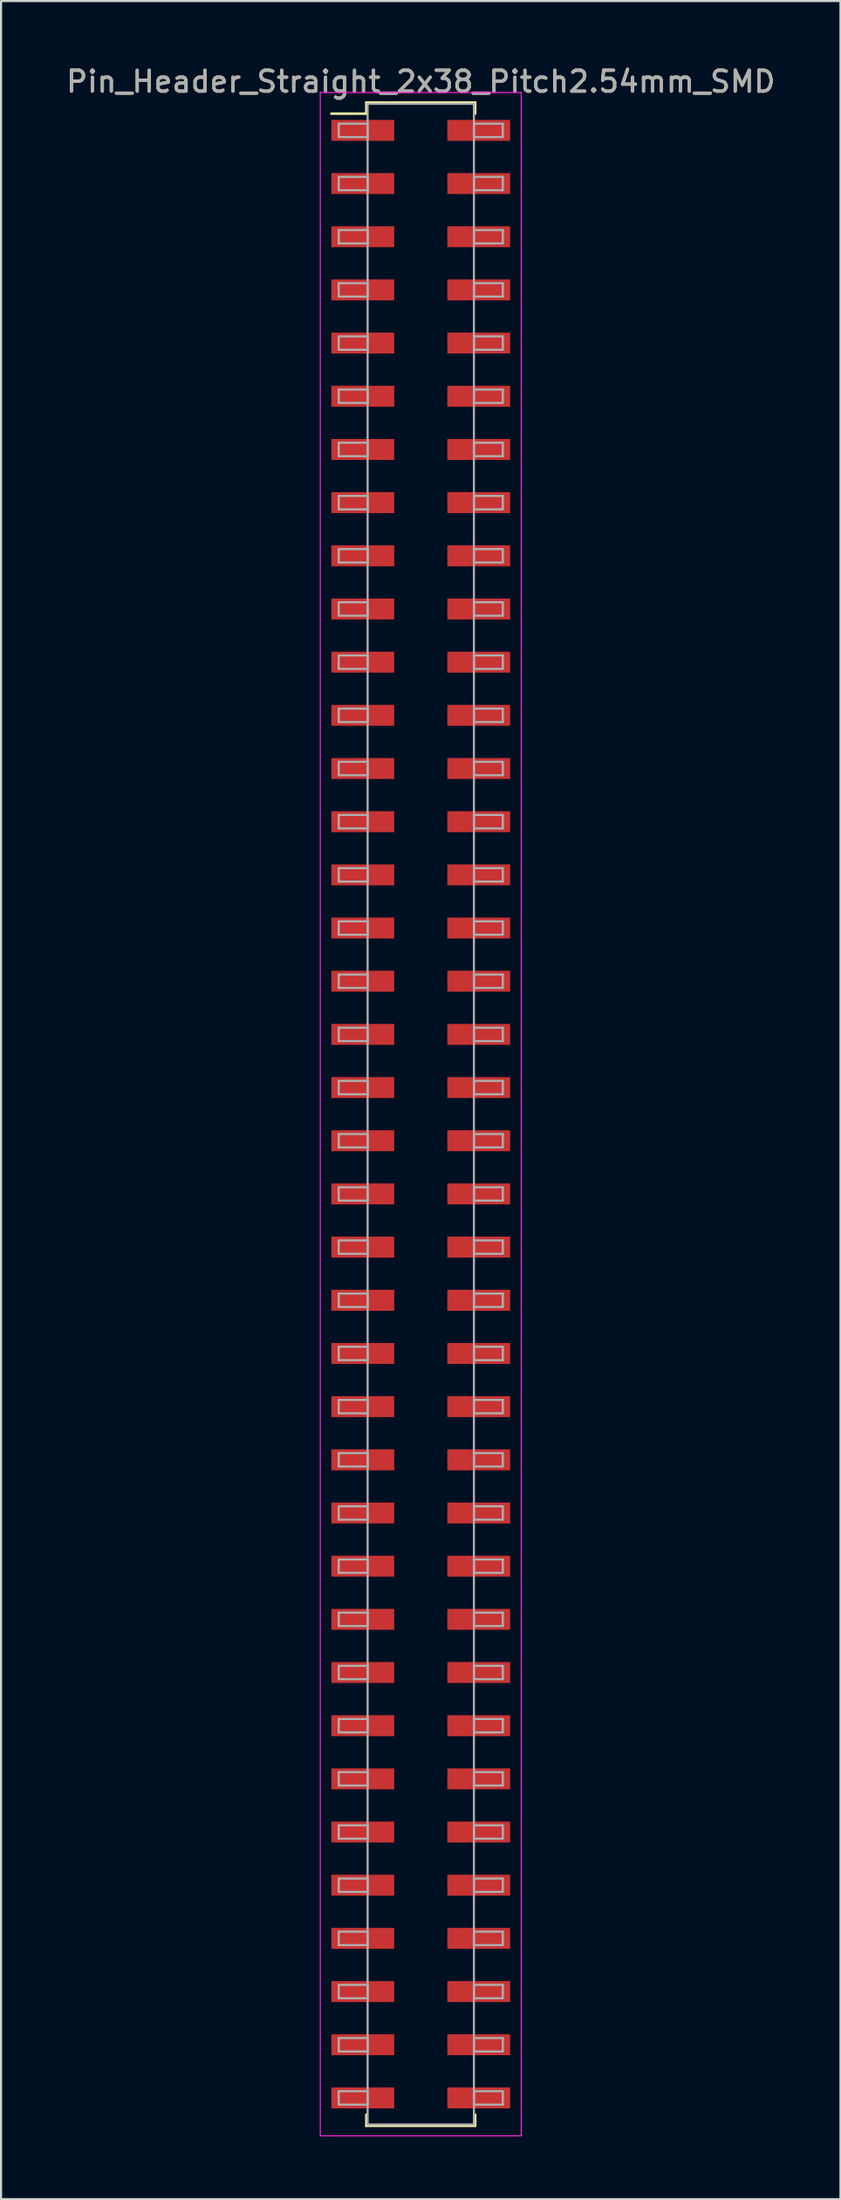
<source format=kicad_pcb>
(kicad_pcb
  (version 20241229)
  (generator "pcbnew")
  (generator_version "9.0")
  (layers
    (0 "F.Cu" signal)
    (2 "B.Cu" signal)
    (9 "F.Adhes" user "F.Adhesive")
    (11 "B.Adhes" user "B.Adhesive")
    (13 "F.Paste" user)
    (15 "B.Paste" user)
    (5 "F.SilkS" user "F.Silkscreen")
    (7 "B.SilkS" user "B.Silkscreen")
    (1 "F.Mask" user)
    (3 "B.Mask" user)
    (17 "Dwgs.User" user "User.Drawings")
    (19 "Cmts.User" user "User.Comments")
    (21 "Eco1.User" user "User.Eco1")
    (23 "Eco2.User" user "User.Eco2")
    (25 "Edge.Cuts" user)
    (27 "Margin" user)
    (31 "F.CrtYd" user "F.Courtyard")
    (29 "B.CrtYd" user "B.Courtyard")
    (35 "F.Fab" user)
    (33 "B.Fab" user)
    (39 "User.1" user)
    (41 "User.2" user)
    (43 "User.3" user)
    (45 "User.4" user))
  (footprint "Pin_Header_Straight_2x38_Pitch2.54mm_SMD"
    (layer "F.Cu")
    (at 17.054 50.168)
    (property "Reference" "Pin_Header_Straight_2x38_Pitch2.54mm_SMD" (at 0 -49.32 0) (layer "F.SilkS") (effects (font (size 1 1) (thickness 0.15))))
    (attr smd)
    (fp_line (start -4.27 -47.79) (end -2.6 -47.79) (stroke (width 0.12) (type solid)) (layer "F.SilkS"))
    (fp_line (start -2.6 -48.32) (end 2.6 -48.32) (stroke (width 0.12) (type solid)) (layer "F.SilkS"))
    (fp_line (start -2.6 -47.79) (end -2.6 -48.32) (stroke (width 0.12) (type solid)) (layer "F.SilkS"))
    (fp_line (start -2.6 47.79) (end -2.6 48.32) (stroke (width 0.12) (type solid)) (layer "F.SilkS"))
    (fp_line (start -2.6 48.32) (end 2.6 48.32) (stroke (width 0.12) (type solid)) (layer "F.SilkS"))
    (fp_line (start 2.6 -48.32) (end 2.6 -47.79) (stroke (width 0.12) (type solid)) (layer "F.SilkS"))
    (fp_line (start 2.6 48.32) (end 2.6 47.79) (stroke (width 0.12) (type solid)) (layer "F.SilkS"))
    (fp_line (start -4.8 -48.8) (end -4.8 48.8) (stroke (width 0.05) (type solid)) (layer "F.CrtYd"))
    (fp_line (start -4.8 48.8) (end 4.8 48.8) (stroke (width 0.05) (type solid)) (layer "F.CrtYd"))
    (fp_line (start 4.8 -48.8) (end -4.8 -48.8) (stroke (width 0.05) (type solid)) (layer "F.CrtYd"))
    (fp_line (start 4.8 48.8) (end 4.8 -48.8) (stroke (width 0.05) (type solid)) (layer "F.CrtYd"))
    (fp_line (start -3.92 -47.31) (end -2.54 -47.31) (stroke (width 0.1) (type solid)) (layer "F.Fab"))
    (fp_line (start -3.92 -46.67) (end -3.92 -47.31) (stroke (width 0.1) (type solid)) (layer "F.Fab"))
    (fp_line (start -3.92 -44.77) (end -2.54 -44.77) (stroke (width 0.1) (type solid)) (layer "F.Fab"))
    (fp_line (start -3.92 -44.13) (end -3.92 -44.77) (stroke (width 0.1) (type solid)) (layer "F.Fab"))
    (fp_line (start -3.92 -42.23) (end -2.54 -42.23) (stroke (width 0.1) (type solid)) (layer "F.Fab"))
    (fp_line (start -3.92 -41.59) (end -3.92 -42.23) (stroke (width 0.1) (type solid)) (layer "F.Fab"))
    (fp_line (start -3.92 -39.69) (end -2.54 -39.69) (stroke (width 0.1) (type solid)) (layer "F.Fab"))
    (fp_line (start -3.92 -39.05) (end -3.92 -39.69) (stroke (width 0.1) (type solid)) (layer "F.Fab"))
    (fp_line (start -3.92 -37.15) (end -2.54 -37.15) (stroke (width 0.1) (type solid)) (layer "F.Fab"))
    (fp_line (start -3.92 -36.51) (end -3.92 -37.15) (stroke (width 0.1) (type solid)) (layer "F.Fab"))
    (fp_line (start -3.92 -34.61) (end -2.54 -34.61) (stroke (width 0.1) (type solid)) (layer "F.Fab"))
    (fp_line (start -3.92 -33.97) (end -3.92 -34.61) (stroke (width 0.1) (type solid)) (layer "F.Fab"))
    (fp_line (start -3.92 -32.07) (end -2.54 -32.07) (stroke (width 0.1) (type solid)) (layer "F.Fab"))
    (fp_line (start -3.92 -31.43) (end -3.92 -32.07) (stroke (width 0.1) (type solid)) (layer "F.Fab"))
    (fp_line (start -3.92 -29.53) (end -2.54 -29.53) (stroke (width 0.1) (type solid)) (layer "F.Fab"))
    (fp_line (start -3.92 -28.89) (end -3.92 -29.53) (stroke (width 0.1) (type solid)) (layer "F.Fab"))
    (fp_line (start -3.92 -26.99) (end -2.54 -26.99) (stroke (width 0.1) (type solid)) (layer "F.Fab"))
    (fp_line (start -3.92 -26.35) (end -3.92 -26.99) (stroke (width 0.1) (type solid)) (layer "F.Fab"))
    (fp_line (start -3.92 -24.45) (end -2.54 -24.45) (stroke (width 0.1) (type solid)) (layer "F.Fab"))
    (fp_line (start -3.92 -23.81) (end -3.92 -24.45) (stroke (width 0.1) (type solid)) (layer "F.Fab"))
    (fp_line (start -3.92 -21.91) (end -2.54 -21.91) (stroke (width 0.1) (type solid)) (layer "F.Fab"))
    (fp_line (start -3.92 -21.27) (end -3.92 -21.91) (stroke (width 0.1) (type solid)) (layer "F.Fab"))
    (fp_line (start -3.92 -19.37) (end -2.54 -19.37) (stroke (width 0.1) (type solid)) (layer "F.Fab"))
    (fp_line (start -3.92 -18.73) (end -3.92 -19.37) (stroke (width 0.1) (type solid)) (layer "F.Fab"))
    (fp_line (start -3.92 -16.83) (end -2.54 -16.83) (stroke (width 0.1) (type solid)) (layer "F.Fab"))
    (fp_line (start -3.92 -16.19) (end -3.92 -16.83) (stroke (width 0.1) (type solid)) (layer "F.Fab"))
    (fp_line (start -3.92 -14.29) (end -2.54 -14.29) (stroke (width 0.1) (type solid)) (layer "F.Fab"))
    (fp_line (start -3.92 -13.65) (end -3.92 -14.29) (stroke (width 0.1) (type solid)) (layer "F.Fab"))
    (fp_line (start -3.92 -11.75) (end -2.54 -11.75) (stroke (width 0.1) (type solid)) (layer "F.Fab"))
    (fp_line (start -3.92 -11.11) (end -3.92 -11.75) (stroke (width 0.1) (type solid)) (layer "F.Fab"))
    (fp_line (start -3.92 -9.21) (end -2.54 -9.21) (stroke (width 0.1) (type solid)) (layer "F.Fab"))
    (fp_line (start -3.92 -8.57) (end -3.92 -9.21) (stroke (width 0.1) (type solid)) (layer "F.Fab"))
    (fp_line (start -3.92 -6.67) (end -2.54 -6.67) (stroke (width 0.1) (type solid)) (layer "F.Fab"))
    (fp_line (start -3.92 -6.03) (end -3.92 -6.67) (stroke (width 0.1) (type solid)) (layer "F.Fab"))
    (fp_line (start -3.92 -4.13) (end -2.54 -4.13) (stroke (width 0.1) (type solid)) (layer "F.Fab"))
    (fp_line (start -3.92 -3.49) (end -3.92 -4.13) (stroke (width 0.1) (type solid)) (layer "F.Fab"))
    (fp_line (start -3.92 -1.59) (end -2.54 -1.59) (stroke (width 0.1) (type solid)) (layer "F.Fab"))
    (fp_line (start -3.92 -0.95) (end -3.92 -1.59) (stroke (width 0.1) (type solid)) (layer "F.Fab"))
    (fp_line (start -3.92 0.95) (end -2.54 0.95) (stroke (width 0.1) (type solid)) (layer "F.Fab"))
    (fp_line (start -3.92 1.59) (end -3.92 0.95) (stroke (width 0.1) (type solid)) (layer "F.Fab"))
    (fp_line (start -3.92 3.49) (end -2.54 3.49) (stroke (width 0.1) (type solid)) (layer "F.Fab"))
    (fp_line (start -3.92 4.13) (end -3.92 3.49) (stroke (width 0.1) (type solid)) (layer "F.Fab"))
    (fp_line (start -3.92 6.03) (end -2.54 6.03) (stroke (width 0.1) (type solid)) (layer "F.Fab"))
    (fp_line (start -3.92 6.67) (end -3.92 6.03) (stroke (width 0.1) (type solid)) (layer "F.Fab"))
    (fp_line (start -3.92 8.57) (end -2.54 8.57) (stroke (width 0.1) (type solid)) (layer "F.Fab"))
    (fp_line (start -3.92 9.21) (end -3.92 8.57) (stroke (width 0.1) (type solid)) (layer "F.Fab"))
    (fp_line (start -3.92 11.11) (end -2.54 11.11) (stroke (width 0.1) (type solid)) (layer "F.Fab"))
    (fp_line (start -3.92 11.75) (end -3.92 11.11) (stroke (width 0.1) (type solid)) (layer "F.Fab"))
    (fp_line (start -3.92 13.65) (end -2.54 13.65) (stroke (width 0.1) (type solid)) (layer "F.Fab"))
    (fp_line (start -3.92 14.29) (end -3.92 13.65) (stroke (width 0.1) (type solid)) (layer "F.Fab"))
    (fp_line (start -3.92 16.19) (end -2.54 16.19) (stroke (width 0.1) (type solid)) (layer "F.Fab"))
    (fp_line (start -3.92 16.83) (end -3.92 16.19) (stroke (width 0.1) (type solid)) (layer "F.Fab"))
    (fp_line (start -3.92 18.73) (end -2.54 18.73) (stroke (width 0.1) (type solid)) (layer "F.Fab"))
    (fp_line (start -3.92 19.37) (end -3.92 18.73) (stroke (width 0.1) (type solid)) (layer "F.Fab"))
    (fp_line (start -3.92 21.27) (end -2.54 21.27) (stroke (width 0.1) (type solid)) (layer "F.Fab"))
    (fp_line (start -3.92 21.91) (end -3.92 21.27) (stroke (width 0.1) (type solid)) (layer "F.Fab"))
    (fp_line (start -3.92 23.81) (end -2.54 23.81) (stroke (width 0.1) (type solid)) (layer "F.Fab"))
    (fp_line (start -3.92 24.45) (end -3.92 23.81) (stroke (width 0.1) (type solid)) (layer "F.Fab"))
    (fp_line (start -3.92 26.35) (end -2.54 26.35) (stroke (width 0.1) (type solid)) (layer "F.Fab"))
    (fp_line (start -3.92 26.99) (end -3.92 26.35) (stroke (width 0.1) (type solid)) (layer "F.Fab"))
    (fp_line (start -3.92 28.89) (end -2.54 28.89) (stroke (width 0.1) (type solid)) (layer "F.Fab"))
    (fp_line (start -3.92 29.53) (end -3.92 28.89) (stroke (width 0.1) (type solid)) (layer "F.Fab"))
    (fp_line (start -3.92 31.43) (end -2.54 31.43) (stroke (width 0.1) (type solid)) (layer "F.Fab"))
    (fp_line (start -3.92 32.07) (end -3.92 31.43) (stroke (width 0.1) (type solid)) (layer "F.Fab"))
    (fp_line (start -3.92 33.97) (end -2.54 33.97) (stroke (width 0.1) (type solid)) (layer "F.Fab"))
    (fp_line (start -3.92 34.61) (end -3.92 33.97) (stroke (width 0.1) (type solid)) (layer "F.Fab"))
    (fp_line (start -3.92 36.51) (end -2.54 36.51) (stroke (width 0.1) (type solid)) (layer "F.Fab"))
    (fp_line (start -3.92 37.15) (end -3.92 36.51) (stroke (width 0.1) (type solid)) (layer "F.Fab"))
    (fp_line (start -3.92 39.05) (end -2.54 39.05) (stroke (width 0.1) (type solid)) (layer "F.Fab"))
    (fp_line (start -3.92 39.69) (end -3.92 39.05) (stroke (width 0.1) (type solid)) (layer "F.Fab"))
    (fp_line (start -3.92 41.59) (end -2.54 41.59) (stroke (width 0.1) (type solid)) (layer "F.Fab"))
    (fp_line (start -3.92 42.23) (end -3.92 41.59) (stroke (width 0.1) (type solid)) (layer "F.Fab"))
    (fp_line (start -3.92 44.13) (end -2.54 44.13) (stroke (width 0.1) (type solid)) (layer "F.Fab"))
    (fp_line (start -3.92 44.77) (end -3.92 44.13) (stroke (width 0.1) (type solid)) (layer "F.Fab"))
    (fp_line (start -3.92 46.67) (end -2.54 46.67) (stroke (width 0.1) (type solid)) (layer "F.Fab"))
    (fp_line (start -3.92 47.31) (end -3.92 46.67) (stroke (width 0.1) (type solid)) (layer "F.Fab"))
    (fp_line (start -2.54 -48.26) (end -2.54 48.26) (stroke (width 0.1) (type solid)) (layer "F.Fab"))
    (fp_line (start -2.54 -47.31) (end -2.54 -46.67) (stroke (width 0.1) (type solid)) (layer "F.Fab"))
    (fp_line (start -2.54 -46.67) (end -3.92 -46.67) (stroke (width 0.1) (type solid)) (layer "F.Fab"))
    (fp_line (start -2.54 -44.77) (end -2.54 -44.13) (stroke (width 0.1) (type solid)) (layer "F.Fab"))
    (fp_line (start -2.54 -44.13) (end -3.92 -44.13) (stroke (width 0.1) (type solid)) (layer "F.Fab"))
    (fp_line (start -2.54 -42.23) (end -2.54 -41.59) (stroke (width 0.1) (type solid)) (layer "F.Fab"))
    (fp_line (start -2.54 -41.59) (end -3.92 -41.59) (stroke (width 0.1) (type solid)) (layer "F.Fab"))
    (fp_line (start -2.54 -39.69) (end -2.54 -39.05) (stroke (width 0.1) (type solid)) (layer "F.Fab"))
    (fp_line (start -2.54 -39.05) (end -3.92 -39.05) (stroke (width 0.1) (type solid)) (layer "F.Fab"))
    (fp_line (start -2.54 -37.15) (end -2.54 -36.51) (stroke (width 0.1) (type solid)) (layer "F.Fab"))
    (fp_line (start -2.54 -36.51) (end -3.92 -36.51) (stroke (width 0.1) (type solid)) (layer "F.Fab"))
    (fp_line (start -2.54 -34.61) (end -2.54 -33.97) (stroke (width 0.1) (type solid)) (layer "F.Fab"))
    (fp_line (start -2.54 -33.97) (end -3.92 -33.97) (stroke (width 0.1) (type solid)) (layer "F.Fab"))
    (fp_line (start -2.54 -32.07) (end -2.54 -31.43) (stroke (width 0.1) (type solid)) (layer "F.Fab"))
    (fp_line (start -2.54 -31.43) (end -3.92 -31.43) (stroke (width 0.1) (type solid)) (layer "F.Fab"))
    (fp_line (start -2.54 -29.53) (end -2.54 -28.89) (stroke (width 0.1) (type solid)) (layer "F.Fab"))
    (fp_line (start -2.54 -28.89) (end -3.92 -28.89) (stroke (width 0.1) (type solid)) (layer "F.Fab"))
    (fp_line (start -2.54 -26.99) (end -2.54 -26.35) (stroke (width 0.1) (type solid)) (layer "F.Fab"))
    (fp_line (start -2.54 -26.35) (end -3.92 -26.35) (stroke (width 0.1) (type solid)) (layer "F.Fab"))
    (fp_line (start -2.54 -24.45) (end -2.54 -23.81) (stroke (width 0.1) (type solid)) (layer "F.Fab"))
    (fp_line (start -2.54 -23.81) (end -3.92 -23.81) (stroke (width 0.1) (type solid)) (layer "F.Fab"))
    (fp_line (start -2.54 -21.91) (end -2.54 -21.27) (stroke (width 0.1) (type solid)) (layer "F.Fab"))
    (fp_line (start -2.54 -21.27) (end -3.92 -21.27) (stroke (width 0.1) (type solid)) (layer "F.Fab"))
    (fp_line (start -2.54 -19.37) (end -2.54 -18.73) (stroke (width 0.1) (type solid)) (layer "F.Fab"))
    (fp_line (start -2.54 -18.73) (end -3.92 -18.73) (stroke (width 0.1) (type solid)) (layer "F.Fab"))
    (fp_line (start -2.54 -16.83) (end -2.54 -16.19) (stroke (width 0.1) (type solid)) (layer "F.Fab"))
    (fp_line (start -2.54 -16.19) (end -3.92 -16.19) (stroke (width 0.1) (type solid)) (layer "F.Fab"))
    (fp_line (start -2.54 -14.29) (end -2.54 -13.65) (stroke (width 0.1) (type solid)) (layer "F.Fab"))
    (fp_line (start -2.54 -13.65) (end -3.92 -13.65) (stroke (width 0.1) (type solid)) (layer "F.Fab"))
    (fp_line (start -2.54 -11.75) (end -2.54 -11.11) (stroke (width 0.1) (type solid)) (layer "F.Fab"))
    (fp_line (start -2.54 -11.11) (end -3.92 -11.11) (stroke (width 0.1) (type solid)) (layer "F.Fab"))
    (fp_line (start -2.54 -9.21) (end -2.54 -8.57) (stroke (width 0.1) (type solid)) (layer "F.Fab"))
    (fp_line (start -2.54 -8.57) (end -3.92 -8.57) (stroke (width 0.1) (type solid)) (layer "F.Fab"))
    (fp_line (start -2.54 -6.67) (end -2.54 -6.03) (stroke (width 0.1) (type solid)) (layer "F.Fab"))
    (fp_line (start -2.54 -6.03) (end -3.92 -6.03) (stroke (width 0.1) (type solid)) (layer "F.Fab"))
    (fp_line (start -2.54 -4.13) (end -2.54 -3.49) (stroke (width 0.1) (type solid)) (layer "F.Fab"))
    (fp_line (start -2.54 -3.49) (end -3.92 -3.49) (stroke (width 0.1) (type solid)) (layer "F.Fab"))
    (fp_line (start -2.54 -1.59) (end -2.54 -0.95) (stroke (width 0.1) (type solid)) (layer "F.Fab"))
    (fp_line (start -2.54 -0.95) (end -3.92 -0.95) (stroke (width 0.1) (type solid)) (layer "F.Fab"))
    (fp_line (start -2.54 0.95) (end -2.54 1.59) (stroke (width 0.1) (type solid)) (layer "F.Fab"))
    (fp_line (start -2.54 1.59) (end -3.92 1.59) (stroke (width 0.1) (type solid)) (layer "F.Fab"))
    (fp_line (start -2.54 3.49) (end -2.54 4.13) (stroke (width 0.1) (type solid)) (layer "F.Fab"))
    (fp_line (start -2.54 4.13) (end -3.92 4.13) (stroke (width 0.1) (type solid)) (layer "F.Fab"))
    (fp_line (start -2.54 6.03) (end -2.54 6.67) (stroke (width 0.1) (type solid)) (layer "F.Fab"))
    (fp_line (start -2.54 6.67) (end -3.92 6.67) (stroke (width 0.1) (type solid)) (layer "F.Fab"))
    (fp_line (start -2.54 8.57) (end -2.54 9.21) (stroke (width 0.1) (type solid)) (layer "F.Fab"))
    (fp_line (start -2.54 9.21) (end -3.92 9.21) (stroke (width 0.1) (type solid)) (layer "F.Fab"))
    (fp_line (start -2.54 11.11) (end -2.54 11.75) (stroke (width 0.1) (type solid)) (layer "F.Fab"))
    (fp_line (start -2.54 11.75) (end -3.92 11.75) (stroke (width 0.1) (type solid)) (layer "F.Fab"))
    (fp_line (start -2.54 13.65) (end -2.54 14.29) (stroke (width 0.1) (type solid)) (layer "F.Fab"))
    (fp_line (start -2.54 14.29) (end -3.92 14.29) (stroke (width 0.1) (type solid)) (layer "F.Fab"))
    (fp_line (start -2.54 16.19) (end -2.54 16.83) (stroke (width 0.1) (type solid)) (layer "F.Fab"))
    (fp_line (start -2.54 16.83) (end -3.92 16.83) (stroke (width 0.1) (type solid)) (layer "F.Fab"))
    (fp_line (start -2.54 18.73) (end -2.54 19.37) (stroke (width 0.1) (type solid)) (layer "F.Fab"))
    (fp_line (start -2.54 19.37) (end -3.92 19.37) (stroke (width 0.1) (type solid)) (layer "F.Fab"))
    (fp_line (start -2.54 21.27) (end -2.54 21.91) (stroke (width 0.1) (type solid)) (layer "F.Fab"))
    (fp_line (start -2.54 21.91) (end -3.92 21.91) (stroke (width 0.1) (type solid)) (layer "F.Fab"))
    (fp_line (start -2.54 23.81) (end -2.54 24.45) (stroke (width 0.1) (type solid)) (layer "F.Fab"))
    (fp_line (start -2.54 24.45) (end -3.92 24.45) (stroke (width 0.1) (type solid)) (layer "F.Fab"))
    (fp_line (start -2.54 26.35) (end -2.54 26.99) (stroke (width 0.1) (type solid)) (layer "F.Fab"))
    (fp_line (start -2.54 26.99) (end -3.92 26.99) (stroke (width 0.1) (type solid)) (layer "F.Fab"))
    (fp_line (start -2.54 28.89) (end -2.54 29.53) (stroke (width 0.1) (type solid)) (layer "F.Fab"))
    (fp_line (start -2.54 29.53) (end -3.92 29.53) (stroke (width 0.1) (type solid)) (layer "F.Fab"))
    (fp_line (start -2.54 31.43) (end -2.54 32.07) (stroke (width 0.1) (type solid)) (layer "F.Fab"))
    (fp_line (start -2.54 32.07) (end -3.92 32.07) (stroke (width 0.1) (type solid)) (layer "F.Fab"))
    (fp_line (start -2.54 33.97) (end -2.54 34.61) (stroke (width 0.1) (type solid)) (layer "F.Fab"))
    (fp_line (start -2.54 34.61) (end -3.92 34.61) (stroke (width 0.1) (type solid)) (layer "F.Fab"))
    (fp_line (start -2.54 36.51) (end -2.54 37.15) (stroke (width 0.1) (type solid)) (layer "F.Fab"))
    (fp_line (start -2.54 37.15) (end -3.92 37.15) (stroke (width 0.1) (type solid)) (layer "F.Fab"))
    (fp_line (start -2.54 39.05) (end -2.54 39.69) (stroke (width 0.1) (type solid)) (layer "F.Fab"))
    (fp_line (start -2.54 39.69) (end -3.92 39.69) (stroke (width 0.1) (type solid)) (layer "F.Fab"))
    (fp_line (start -2.54 41.59) (end -2.54 42.23) (stroke (width 0.1) (type solid)) (layer "F.Fab"))
    (fp_line (start -2.54 42.23) (end -3.92 42.23) (stroke (width 0.1) (type solid)) (layer "F.Fab"))
    (fp_line (start -2.54 44.13) (end -2.54 44.77) (stroke (width 0.1) (type solid)) (layer "F.Fab"))
    (fp_line (start -2.54 44.77) (end -3.92 44.77) (stroke (width 0.1) (type solid)) (layer "F.Fab"))
    (fp_line (start -2.54 46.67) (end -2.54 47.31) (stroke (width 0.1) (type solid)) (layer "F.Fab"))
    (fp_line (start -2.54 47.31) (end -3.92 47.31) (stroke (width 0.1) (type solid)) (layer "F.Fab"))
    (fp_line (start -2.54 48.26) (end 2.54 48.26) (stroke (width 0.1) (type solid)) (layer "F.Fab"))
    (fp_line (start 2.54 -48.26) (end -2.54 -48.26) (stroke (width 0.1) (type solid)) (layer "F.Fab"))
    (fp_line (start 2.54 -47.31) (end 2.54 -46.67) (stroke (width 0.1) (type solid)) (layer "F.Fab"))
    (fp_line (start 2.54 -46.67) (end 3.92 -46.67) (stroke (width 0.1) (type solid)) (layer "F.Fab"))
    (fp_line (start 2.54 -44.77) (end 2.54 -44.13) (stroke (width 0.1) (type solid)) (layer "F.Fab"))
    (fp_line (start 2.54 -44.13) (end 3.92 -44.13) (stroke (width 0.1) (type solid)) (layer "F.Fab"))
    (fp_line (start 2.54 -42.23) (end 2.54 -41.59) (stroke (width 0.1) (type solid)) (layer "F.Fab"))
    (fp_line (start 2.54 -41.59) (end 3.92 -41.59) (stroke (width 0.1) (type solid)) (layer "F.Fab"))
    (fp_line (start 2.54 -39.69) (end 2.54 -39.05) (stroke (width 0.1) (type solid)) (layer "F.Fab"))
    (fp_line (start 2.54 -39.05) (end 3.92 -39.05) (stroke (width 0.1) (type solid)) (layer "F.Fab"))
    (fp_line (start 2.54 -37.15) (end 2.54 -36.51) (stroke (width 0.1) (type solid)) (layer "F.Fab"))
    (fp_line (start 2.54 -36.51) (end 3.92 -36.51) (stroke (width 0.1) (type solid)) (layer "F.Fab"))
    (fp_line (start 2.54 -34.61) (end 2.54 -33.97) (stroke (width 0.1) (type solid)) (layer "F.Fab"))
    (fp_line (start 2.54 -33.97) (end 3.92 -33.97) (stroke (width 0.1) (type solid)) (layer "F.Fab"))
    (fp_line (start 2.54 -32.07) (end 2.54 -31.43) (stroke (width 0.1) (type solid)) (layer "F.Fab"))
    (fp_line (start 2.54 -31.43) (end 3.92 -31.43) (stroke (width 0.1) (type solid)) (layer "F.Fab"))
    (fp_line (start 2.54 -29.53) (end 2.54 -28.89) (stroke (width 0.1) (type solid)) (layer "F.Fab"))
    (fp_line (start 2.54 -28.89) (end 3.92 -28.89) (stroke (width 0.1) (type solid)) (layer "F.Fab"))
    (fp_line (start 2.54 -26.99) (end 2.54 -26.35) (stroke (width 0.1) (type solid)) (layer "F.Fab"))
    (fp_line (start 2.54 -26.35) (end 3.92 -26.35) (stroke (width 0.1) (type solid)) (layer "F.Fab"))
    (fp_line (start 2.54 -24.45) (end 2.54 -23.81) (stroke (width 0.1) (type solid)) (layer "F.Fab"))
    (fp_line (start 2.54 -23.81) (end 3.92 -23.81) (stroke (width 0.1) (type solid)) (layer "F.Fab"))
    (fp_line (start 2.54 -21.91) (end 2.54 -21.27) (stroke (width 0.1) (type solid)) (layer "F.Fab"))
    (fp_line (start 2.54 -21.27) (end 3.92 -21.27) (stroke (width 0.1) (type solid)) (layer "F.Fab"))
    (fp_line (start 2.54 -19.37) (end 2.54 -18.73) (stroke (width 0.1) (type solid)) (layer "F.Fab"))
    (fp_line (start 2.54 -18.73) (end 3.92 -18.73) (stroke (width 0.1) (type solid)) (layer "F.Fab"))
    (fp_line (start 2.54 -16.83) (end 2.54 -16.19) (stroke (width 0.1) (type solid)) (layer "F.Fab"))
    (fp_line (start 2.54 -16.19) (end 3.92 -16.19) (stroke (width 0.1) (type solid)) (layer "F.Fab"))
    (fp_line (start 2.54 -14.29) (end 2.54 -13.65) (stroke (width 0.1) (type solid)) (layer "F.Fab"))
    (fp_line (start 2.54 -13.65) (end 3.92 -13.65) (stroke (width 0.1) (type solid)) (layer "F.Fab"))
    (fp_line (start 2.54 -11.75) (end 2.54 -11.11) (stroke (width 0.1) (type solid)) (layer "F.Fab"))
    (fp_line (start 2.54 -11.11) (end 3.92 -11.11) (stroke (width 0.1) (type solid)) (layer "F.Fab"))
    (fp_line (start 2.54 -9.21) (end 2.54 -8.57) (stroke (width 0.1) (type solid)) (layer "F.Fab"))
    (fp_line (start 2.54 -8.57) (end 3.92 -8.57) (stroke (width 0.1) (type solid)) (layer "F.Fab"))
    (fp_line (start 2.54 -6.67) (end 2.54 -6.03) (stroke (width 0.1) (type solid)) (layer "F.Fab"))
    (fp_line (start 2.54 -6.03) (end 3.92 -6.03) (stroke (width 0.1) (type solid)) (layer "F.Fab"))
    (fp_line (start 2.54 -4.13) (end 2.54 -3.49) (stroke (width 0.1) (type solid)) (layer "F.Fab"))
    (fp_line (start 2.54 -3.49) (end 3.92 -3.49) (stroke (width 0.1) (type solid)) (layer "F.Fab"))
    (fp_line (start 2.54 -1.59) (end 2.54 -0.95) (stroke (width 0.1) (type solid)) (layer "F.Fab"))
    (fp_line (start 2.54 -0.95) (end 3.92 -0.95) (stroke (width 0.1) (type solid)) (layer "F.Fab"))
    (fp_line (start 2.54 0.95) (end 2.54 1.59) (stroke (width 0.1) (type solid)) (layer "F.Fab"))
    (fp_line (start 2.54 1.59) (end 3.92 1.59) (stroke (width 0.1) (type solid)) (layer "F.Fab"))
    (fp_line (start 2.54 3.49) (end 2.54 4.13) (stroke (width 0.1) (type solid)) (layer "F.Fab"))
    (fp_line (start 2.54 4.13) (end 3.92 4.13) (stroke (width 0.1) (type solid)) (layer "F.Fab"))
    (fp_line (start 2.54 6.03) (end 2.54 6.67) (stroke (width 0.1) (type solid)) (layer "F.Fab"))
    (fp_line (start 2.54 6.67) (end 3.92 6.67) (stroke (width 0.1) (type solid)) (layer "F.Fab"))
    (fp_line (start 2.54 8.57) (end 2.54 9.21) (stroke (width 0.1) (type solid)) (layer "F.Fab"))
    (fp_line (start 2.54 9.21) (end 3.92 9.21) (stroke (width 0.1) (type solid)) (layer "F.Fab"))
    (fp_line (start 2.54 11.11) (end 2.54 11.75) (stroke (width 0.1) (type solid)) (layer "F.Fab"))
    (fp_line (start 2.54 11.75) (end 3.92 11.75) (stroke (width 0.1) (type solid)) (layer "F.Fab"))
    (fp_line (start 2.54 13.65) (end 2.54 14.29) (stroke (width 0.1) (type solid)) (layer "F.Fab"))
    (fp_line (start 2.54 14.29) (end 3.92 14.29) (stroke (width 0.1) (type solid)) (layer "F.Fab"))
    (fp_line (start 2.54 16.19) (end 2.54 16.83) (stroke (width 0.1) (type solid)) (layer "F.Fab"))
    (fp_line (start 2.54 16.83) (end 3.92 16.83) (stroke (width 0.1) (type solid)) (layer "F.Fab"))
    (fp_line (start 2.54 18.73) (end 2.54 19.37) (stroke (width 0.1) (type solid)) (layer "F.Fab"))
    (fp_line (start 2.54 19.37) (end 3.92 19.37) (stroke (width 0.1) (type solid)) (layer "F.Fab"))
    (fp_line (start 2.54 21.27) (end 2.54 21.91) (stroke (width 0.1) (type solid)) (layer "F.Fab"))
    (fp_line (start 2.54 21.91) (end 3.92 21.91) (stroke (width 0.1) (type solid)) (layer "F.Fab"))
    (fp_line (start 2.54 23.81) (end 2.54 24.45) (stroke (width 0.1) (type solid)) (layer "F.Fab"))
    (fp_line (start 2.54 24.45) (end 3.92 24.45) (stroke (width 0.1) (type solid)) (layer "F.Fab"))
    (fp_line (start 2.54 26.35) (end 2.54 26.99) (stroke (width 0.1) (type solid)) (layer "F.Fab"))
    (fp_line (start 2.54 26.99) (end 3.92 26.99) (stroke (width 0.1) (type solid)) (layer "F.Fab"))
    (fp_line (start 2.54 28.89) (end 2.54 29.53) (stroke (width 0.1) (type solid)) (layer "F.Fab"))
    (fp_line (start 2.54 29.53) (end 3.92 29.53) (stroke (width 0.1) (type solid)) (layer "F.Fab"))
    (fp_line (start 2.54 31.43) (end 2.54 32.07) (stroke (width 0.1) (type solid)) (layer "F.Fab"))
    (fp_line (start 2.54 32.07) (end 3.92 32.07) (stroke (width 0.1) (type solid)) (layer "F.Fab"))
    (fp_line (start 2.54 33.97) (end 2.54 34.61) (stroke (width 0.1) (type solid)) (layer "F.Fab"))
    (fp_line (start 2.54 34.61) (end 3.92 34.61) (stroke (width 0.1) (type solid)) (layer "F.Fab"))
    (fp_line (start 2.54 36.51) (end 2.54 37.15) (stroke (width 0.1) (type solid)) (layer "F.Fab"))
    (fp_line (start 2.54 37.15) (end 3.92 37.15) (stroke (width 0.1) (type solid)) (layer "F.Fab"))
    (fp_line (start 2.54 39.05) (end 2.54 39.69) (stroke (width 0.1) (type solid)) (layer "F.Fab"))
    (fp_line (start 2.54 39.69) (end 3.92 39.69) (stroke (width 0.1) (type solid)) (layer "F.Fab"))
    (fp_line (start 2.54 41.59) (end 2.54 42.23) (stroke (width 0.1) (type solid)) (layer "F.Fab"))
    (fp_line (start 2.54 42.23) (end 3.92 42.23) (stroke (width 0.1) (type solid)) (layer "F.Fab"))
    (fp_line (start 2.54 44.13) (end 2.54 44.77) (stroke (width 0.1) (type solid)) (layer "F.Fab"))
    (fp_line (start 2.54 44.77) (end 3.92 44.77) (stroke (width 0.1) (type solid)) (layer "F.Fab"))
    (fp_line (start 2.54 46.67) (end 2.54 47.31) (stroke (width 0.1) (type solid)) (layer "F.Fab"))
    (fp_line (start 2.54 47.31) (end 3.92 47.31) (stroke (width 0.1) (type solid)) (layer "F.Fab"))
    (fp_line (start 2.54 48.26) (end 2.54 -48.26) (stroke (width 0.1) (type solid)) (layer "F.Fab"))
    (fp_line (start 3.92 -47.31) (end 2.54 -47.31) (stroke (width 0.1) (type solid)) (layer "F.Fab"))
    (fp_line (start 3.92 -46.67) (end 3.92 -47.31) (stroke (width 0.1) (type solid)) (layer "F.Fab"))
    (fp_line (start 3.92 -44.77) (end 2.54 -44.77) (stroke (width 0.1) (type solid)) (layer "F.Fab"))
    (fp_line (start 3.92 -44.13) (end 3.92 -44.77) (stroke (width 0.1) (type solid)) (layer "F.Fab"))
    (fp_line (start 3.92 -42.23) (end 2.54 -42.23) (stroke (width 0.1) (type solid)) (layer "F.Fab"))
    (fp_line (start 3.92 -41.59) (end 3.92 -42.23) (stroke (width 0.1) (type solid)) (layer "F.Fab"))
    (fp_line (start 3.92 -39.69) (end 2.54 -39.69) (stroke (width 0.1) (type solid)) (layer "F.Fab"))
    (fp_line (start 3.92 -39.05) (end 3.92 -39.69) (stroke (width 0.1) (type solid)) (layer "F.Fab"))
    (fp_line (start 3.92 -37.15) (end 2.54 -37.15) (stroke (width 0.1) (type solid)) (layer "F.Fab"))
    (fp_line (start 3.92 -36.51) (end 3.92 -37.15) (stroke (width 0.1) (type solid)) (layer "F.Fab"))
    (fp_line (start 3.92 -34.61) (end 2.54 -34.61) (stroke (width 0.1) (type solid)) (layer "F.Fab"))
    (fp_line (start 3.92 -33.97) (end 3.92 -34.61) (stroke (width 0.1) (type solid)) (layer "F.Fab"))
    (fp_line (start 3.92 -32.07) (end 2.54 -32.07) (stroke (width 0.1) (type solid)) (layer "F.Fab"))
    (fp_line (start 3.92 -31.43) (end 3.92 -32.07) (stroke (width 0.1) (type solid)) (layer "F.Fab"))
    (fp_line (start 3.92 -29.53) (end 2.54 -29.53) (stroke (width 0.1) (type solid)) (layer "F.Fab"))
    (fp_line (start 3.92 -28.89) (end 3.92 -29.53) (stroke (width 0.1) (type solid)) (layer "F.Fab"))
    (fp_line (start 3.92 -26.99) (end 2.54 -26.99) (stroke (width 0.1) (type solid)) (layer "F.Fab"))
    (fp_line (start 3.92 -26.35) (end 3.92 -26.99) (stroke (width 0.1) (type solid)) (layer "F.Fab"))
    (fp_line (start 3.92 -24.45) (end 2.54 -24.45) (stroke (width 0.1) (type solid)) (layer "F.Fab"))
    (fp_line (start 3.92 -23.81) (end 3.92 -24.45) (stroke (width 0.1) (type solid)) (layer "F.Fab"))
    (fp_line (start 3.92 -21.91) (end 2.54 -21.91) (stroke (width 0.1) (type solid)) (layer "F.Fab"))
    (fp_line (start 3.92 -21.27) (end 3.92 -21.91) (stroke (width 0.1) (type solid)) (layer "F.Fab"))
    (fp_line (start 3.92 -19.37) (end 2.54 -19.37) (stroke (width 0.1) (type solid)) (layer "F.Fab"))
    (fp_line (start 3.92 -18.73) (end 3.92 -19.37) (stroke (width 0.1) (type solid)) (layer "F.Fab"))
    (fp_line (start 3.92 -16.83) (end 2.54 -16.83) (stroke (width 0.1) (type solid)) (layer "F.Fab"))
    (fp_line (start 3.92 -16.19) (end 3.92 -16.83) (stroke (width 0.1) (type solid)) (layer "F.Fab"))
    (fp_line (start 3.92 -14.29) (end 2.54 -14.29) (stroke (width 0.1) (type solid)) (layer "F.Fab"))
    (fp_line (start 3.92 -13.65) (end 3.92 -14.29) (stroke (width 0.1) (type solid)) (layer "F.Fab"))
    (fp_line (start 3.92 -11.75) (end 2.54 -11.75) (stroke (width 0.1) (type solid)) (layer "F.Fab"))
    (fp_line (start 3.92 -11.11) (end 3.92 -11.75) (stroke (width 0.1) (type solid)) (layer "F.Fab"))
    (fp_line (start 3.92 -9.21) (end 2.54 -9.21) (stroke (width 0.1) (type solid)) (layer "F.Fab"))
    (fp_line (start 3.92 -8.57) (end 3.92 -9.21) (stroke (width 0.1) (type solid)) (layer "F.Fab"))
    (fp_line (start 3.92 -6.67) (end 2.54 -6.67) (stroke (width 0.1) (type solid)) (layer "F.Fab"))
    (fp_line (start 3.92 -6.03) (end 3.92 -6.67) (stroke (width 0.1) (type solid)) (layer "F.Fab"))
    (fp_line (start 3.92 -4.13) (end 2.54 -4.13) (stroke (width 0.1) (type solid)) (layer "F.Fab"))
    (fp_line (start 3.92 -3.49) (end 3.92 -4.13) (stroke (width 0.1) (type solid)) (layer "F.Fab"))
    (fp_line (start 3.92 -1.59) (end 2.54 -1.59) (stroke (width 0.1) (type solid)) (layer "F.Fab"))
    (fp_line (start 3.92 -0.95) (end 3.92 -1.59) (stroke (width 0.1) (type solid)) (layer "F.Fab"))
    (fp_line (start 3.92 0.95) (end 2.54 0.95) (stroke (width 0.1) (type solid)) (layer "F.Fab"))
    (fp_line (start 3.92 1.59) (end 3.92 0.95) (stroke (width 0.1) (type solid)) (layer "F.Fab"))
    (fp_line (start 3.92 3.49) (end 2.54 3.49) (stroke (width 0.1) (type solid)) (layer "F.Fab"))
    (fp_line (start 3.92 4.13) (end 3.92 3.49) (stroke (width 0.1) (type solid)) (layer "F.Fab"))
    (fp_line (start 3.92 6.03) (end 2.54 6.03) (stroke (width 0.1) (type solid)) (layer "F.Fab"))
    (fp_line (start 3.92 6.67) (end 3.92 6.03) (stroke (width 0.1) (type solid)) (layer "F.Fab"))
    (fp_line (start 3.92 8.57) (end 2.54 8.57) (stroke (width 0.1) (type solid)) (layer "F.Fab"))
    (fp_line (start 3.92 9.21) (end 3.92 8.57) (stroke (width 0.1) (type solid)) (layer "F.Fab"))
    (fp_line (start 3.92 11.11) (end 2.54 11.11) (stroke (width 0.1) (type solid)) (layer "F.Fab"))
    (fp_line (start 3.92 11.75) (end 3.92 11.11) (stroke (width 0.1) (type solid)) (layer "F.Fab"))
    (fp_line (start 3.92 13.65) (end 2.54 13.65) (stroke (width 0.1) (type solid)) (layer "F.Fab"))
    (fp_line (start 3.92 14.29) (end 3.92 13.65) (stroke (width 0.1) (type solid)) (layer "F.Fab"))
    (fp_line (start 3.92 16.19) (end 2.54 16.19) (stroke (width 0.1) (type solid)) (layer "F.Fab"))
    (fp_line (start 3.92 16.83) (end 3.92 16.19) (stroke (width 0.1) (type solid)) (layer "F.Fab"))
    (fp_line (start 3.92 18.73) (end 2.54 18.73) (stroke (width 0.1) (type solid)) (layer "F.Fab"))
    (fp_line (start 3.92 19.37) (end 3.92 18.73) (stroke (width 0.1) (type solid)) (layer "F.Fab"))
    (fp_line (start 3.92 21.27) (end 2.54 21.27) (stroke (width 0.1) (type solid)) (layer "F.Fab"))
    (fp_line (start 3.92 21.91) (end 3.92 21.27) (stroke (width 0.1) (type solid)) (layer "F.Fab"))
    (fp_line (start 3.92 23.81) (end 2.54 23.81) (stroke (width 0.1) (type solid)) (layer "F.Fab"))
    (fp_line (start 3.92 24.45) (end 3.92 23.81) (stroke (width 0.1) (type solid)) (layer "F.Fab"))
    (fp_line (start 3.92 26.35) (end 2.54 26.35) (stroke (width 0.1) (type solid)) (layer "F.Fab"))
    (fp_line (start 3.92 26.99) (end 3.92 26.35) (stroke (width 0.1) (type solid)) (layer "F.Fab"))
    (fp_line (start 3.92 28.89) (end 2.54 28.89) (stroke (width 0.1) (type solid)) (layer "F.Fab"))
    (fp_line (start 3.92 29.53) (end 3.92 28.89) (stroke (width 0.1) (type solid)) (layer "F.Fab"))
    (fp_line (start 3.92 31.43) (end 2.54 31.43) (stroke (width 0.1) (type solid)) (layer "F.Fab"))
    (fp_line (start 3.92 32.07) (end 3.92 31.43) (stroke (width 0.1) (type solid)) (layer "F.Fab"))
    (fp_line (start 3.92 33.97) (end 2.54 33.97) (stroke (width 0.1) (type solid)) (layer "F.Fab"))
    (fp_line (start 3.92 34.61) (end 3.92 33.97) (stroke (width 0.1) (type solid)) (layer "F.Fab"))
    (fp_line (start 3.92 36.51) (end 2.54 36.51) (stroke (width 0.1) (type solid)) (layer "F.Fab"))
    (fp_line (start 3.92 37.15) (end 3.92 36.51) (stroke (width 0.1) (type solid)) (layer "F.Fab"))
    (fp_line (start 3.92 39.05) (end 2.54 39.05) (stroke (width 0.1) (type solid)) (layer "F.Fab"))
    (fp_line (start 3.92 39.69) (end 3.92 39.05) (stroke (width 0.1) (type solid)) (layer "F.Fab"))
    (fp_line (start 3.92 41.59) (end 2.54 41.59) (stroke (width 0.1) (type solid)) (layer "F.Fab"))
    (fp_line (start 3.92 42.23) (end 3.92 41.59) (stroke (width 0.1) (type solid)) (layer "F.Fab"))
    (fp_line (start 3.92 44.13) (end 2.54 44.13) (stroke (width 0.1) (type solid)) (layer "F.Fab"))
    (fp_line (start 3.92 44.77) (end 3.92 44.13) (stroke (width 0.1) (type solid)) (layer "F.Fab"))
    (fp_line (start 3.92 46.67) (end 2.54 46.67) (stroke (width 0.1) (type solid)) (layer "F.Fab"))
    (fp_line (start 3.92 47.31) (end 3.92 46.67) (stroke (width 0.1) (type solid)) (layer "F.Fab"))
    (fp_text user "${REFERENCE}" (at 0 -49.32 0) (layer "F.Fab") (effects (font (size 1 1) (thickness 0.15))))
    (pad "1" smd rect (at -2.77 -46.99) (size 3 1) (layers "F.Cu" "F.Mask" "F.Paste"))
    (pad "2" smd rect (at 2.77 -46.99) (size 3 1) (layers "F.Cu" "F.Mask" "F.Paste"))
    (pad "3" smd rect (at -2.77 -44.45) (size 3 1) (layers "F.Cu" "F.Mask" "F.Paste"))
    (pad "4" smd rect (at 2.77 -44.45) (size 3 1) (layers "F.Cu" "F.Mask" "F.Paste"))
    (pad "5" smd rect (at -2.77 -41.91) (size 3 1) (layers "F.Cu" "F.Mask" "F.Paste"))
    (pad "6" smd rect (at 2.77 -41.91) (size 3 1) (layers "F.Cu" "F.Mask" "F.Paste"))
    (pad "7" smd rect (at -2.77 -39.37) (size 3 1) (layers "F.Cu" "F.Mask" "F.Paste"))
    (pad "8" smd rect (at 2.77 -39.37) (size 3 1) (layers "F.Cu" "F.Mask" "F.Paste"))
    (pad "9" smd rect (at -2.77 -36.83) (size 3 1) (layers "F.Cu" "F.Mask" "F.Paste"))
    (pad "10" smd rect (at 2.77 -36.83) (size 3 1) (layers "F.Cu" "F.Mask" "F.Paste"))
    (pad "11" smd rect (at -2.77 -34.29) (size 3 1) (layers "F.Cu" "F.Mask" "F.Paste"))
    (pad "12" smd rect (at 2.77 -34.29) (size 3 1) (layers "F.Cu" "F.Mask" "F.Paste"))
    (pad "13" smd rect (at -2.77 -31.75) (size 3 1) (layers "F.Cu" "F.Mask" "F.Paste"))
    (pad "14" smd rect (at 2.77 -31.75) (size 3 1) (layers "F.Cu" "F.Mask" "F.Paste"))
    (pad "15" smd rect (at -2.77 -29.21) (size 3 1) (layers "F.Cu" "F.Mask" "F.Paste"))
    (pad "16" smd rect (at 2.77 -29.21) (size 3 1) (layers "F.Cu" "F.Mask" "F.Paste"))
    (pad "17" smd rect (at -2.77 -26.67) (size 3 1) (layers "F.Cu" "F.Mask" "F.Paste"))
    (pad "18" smd rect (at 2.77 -26.67) (size 3 1) (layers "F.Cu" "F.Mask" "F.Paste"))
    (pad "19" smd rect (at -2.77 -24.13) (size 3 1) (layers "F.Cu" "F.Mask" "F.Paste"))
    (pad "20" smd rect (at 2.77 -24.13) (size 3 1) (layers "F.Cu" "F.Mask" "F.Paste"))
    (pad "21" smd rect (at -2.77 -21.59) (size 3 1) (layers "F.Cu" "F.Mask" "F.Paste"))
    (pad "22" smd rect (at 2.77 -21.59) (size 3 1) (layers "F.Cu" "F.Mask" "F.Paste"))
    (pad "23" smd rect (at -2.77 -19.05) (size 3 1) (layers "F.Cu" "F.Mask" "F.Paste"))
    (pad "24" smd rect (at 2.77 -19.05) (size 3 1) (layers "F.Cu" "F.Mask" "F.Paste"))
    (pad "25" smd rect (at -2.77 -16.51) (size 3 1) (layers "F.Cu" "F.Mask" "F.Paste"))
    (pad "26" smd rect (at 2.77 -16.51) (size 3 1) (layers "F.Cu" "F.Mask" "F.Paste"))
    (pad "27" smd rect (at -2.77 -13.97) (size 3 1) (layers "F.Cu" "F.Mask" "F.Paste"))
    (pad "28" smd rect (at 2.77 -13.97) (size 3 1) (layers "F.Cu" "F.Mask" "F.Paste"))
    (pad "29" smd rect (at -2.77 -11.43) (size 3 1) (layers "F.Cu" "F.Mask" "F.Paste"))
    (pad "30" smd rect (at 2.77 -11.43) (size 3 1) (layers "F.Cu" "F.Mask" "F.Paste"))
    (pad "31" smd rect (at -2.77 -8.89) (size 3 1) (layers "F.Cu" "F.Mask" "F.Paste"))
    (pad "32" smd rect (at 2.77 -8.89) (size 3 1) (layers "F.Cu" "F.Mask" "F.Paste"))
    (pad "33" smd rect (at -2.77 -6.35) (size 3 1) (layers "F.Cu" "F.Mask" "F.Paste"))
    (pad "34" smd rect (at 2.77 -6.35) (size 3 1) (layers "F.Cu" "F.Mask" "F.Paste"))
    (pad "35" smd rect (at -2.77 -3.81) (size 3 1) (layers "F.Cu" "F.Mask" "F.Paste"))
    (pad "36" smd rect (at 2.77 -3.81) (size 3 1) (layers "F.Cu" "F.Mask" "F.Paste"))
    (pad "37" smd rect (at -2.77 -1.27) (size 3 1) (layers "F.Cu" "F.Mask" "F.Paste"))
    (pad "38" smd rect (at 2.77 -1.27) (size 3 1) (layers "F.Cu" "F.Mask" "F.Paste"))
    (pad "39" smd rect (at -2.77 1.27) (size 3 1) (layers "F.Cu" "F.Mask" "F.Paste"))
    (pad "40" smd rect (at 2.77 1.27) (size 3 1) (layers "F.Cu" "F.Mask" "F.Paste"))
    (pad "41" smd rect (at -2.77 3.81) (size 3 1) (layers "F.Cu" "F.Mask" "F.Paste"))
    (pad "42" smd rect (at 2.77 3.81) (size 3 1) (layers "F.Cu" "F.Mask" "F.Paste"))
    (pad "43" smd rect (at -2.77 6.35) (size 3 1) (layers "F.Cu" "F.Mask" "F.Paste"))
    (pad "44" smd rect (at 2.77 6.35) (size 3 1) (layers "F.Cu" "F.Mask" "F.Paste"))
    (pad "45" smd rect (at -2.77 8.89) (size 3 1) (layers "F.Cu" "F.Mask" "F.Paste"))
    (pad "46" smd rect (at 2.77 8.89) (size 3 1) (layers "F.Cu" "F.Mask" "F.Paste"))
    (pad "47" smd rect (at -2.77 11.43) (size 3 1) (layers "F.Cu" "F.Mask" "F.Paste"))
    (pad "48" smd rect (at 2.77 11.43) (size 3 1) (layers "F.Cu" "F.Mask" "F.Paste"))
    (pad "49" smd rect (at -2.77 13.97) (size 3 1) (layers "F.Cu" "F.Mask" "F.Paste"))
    (pad "50" smd rect (at 2.77 13.97) (size 3 1) (layers "F.Cu" "F.Mask" "F.Paste"))
    (pad "51" smd rect (at -2.77 16.51) (size 3 1) (layers "F.Cu" "F.Mask" "F.Paste"))
    (pad "52" smd rect (at 2.77 16.51) (size 3 1) (layers "F.Cu" "F.Mask" "F.Paste"))
    (pad "53" smd rect (at -2.77 19.05) (size 3 1) (layers "F.Cu" "F.Mask" "F.Paste"))
    (pad "54" smd rect (at 2.77 19.05) (size 3 1) (layers "F.Cu" "F.Mask" "F.Paste"))
    (pad "55" smd rect (at -2.77 21.59) (size 3 1) (layers "F.Cu" "F.Mask" "F.Paste"))
    (pad "56" smd rect (at 2.77 21.59) (size 3 1) (layers "F.Cu" "F.Mask" "F.Paste"))
    (pad "57" smd rect (at -2.77 24.13) (size 3 1) (layers "F.Cu" "F.Mask" "F.Paste"))
    (pad "58" smd rect (at 2.77 24.13) (size 3 1) (layers "F.Cu" "F.Mask" "F.Paste"))
    (pad "59" smd rect (at -2.77 26.67) (size 3 1) (layers "F.Cu" "F.Mask" "F.Paste"))
    (pad "60" smd rect (at 2.77 26.67) (size 3 1) (layers "F.Cu" "F.Mask" "F.Paste"))
    (pad "61" smd rect (at -2.77 29.21) (size 3 1) (layers "F.Cu" "F.Mask" "F.Paste"))
    (pad "62" smd rect (at 2.77 29.21) (size 3 1) (layers "F.Cu" "F.Mask" "F.Paste"))
    (pad "63" smd rect (at -2.77 31.75) (size 3 1) (layers "F.Cu" "F.Mask" "F.Paste"))
    (pad "64" smd rect (at 2.77 31.75) (size 3 1) (layers "F.Cu" "F.Mask" "F.Paste"))
    (pad "65" smd rect (at -2.77 34.29) (size 3 1) (layers "F.Cu" "F.Mask" "F.Paste"))
    (pad "66" smd rect (at 2.77 34.29) (size 3 1) (layers "F.Cu" "F.Mask" "F.Paste"))
    (pad "67" smd rect (at -2.77 36.83) (size 3 1) (layers "F.Cu" "F.Mask" "F.Paste"))
    (pad "68" smd rect (at 2.77 36.83) (size 3 1) (layers "F.Cu" "F.Mask" "F.Paste"))
    (pad "69" smd rect (at -2.77 39.37) (size 3 1) (layers "F.Cu" "F.Mask" "F.Paste"))
    (pad "70" smd rect (at 2.77 39.37) (size 3 1) (layers "F.Cu" "F.Mask" "F.Paste"))
    (pad "71" smd rect (at -2.77 41.91) (size 3 1) (layers "F.Cu" "F.Mask" "F.Paste"))
    (pad "72" smd rect (at 2.77 41.91) (size 3 1) (layers "F.Cu" "F.Mask" "F.Paste"))
    (pad "73" smd rect (at -2.77 44.45) (size 3 1) (layers "F.Cu" "F.Mask" "F.Paste"))
    (pad "74" smd rect (at 2.77 44.45) (size 3 1) (layers "F.Cu" "F.Mask" "F.Paste"))
    (pad "75" smd rect (at -2.77 46.99) (size 3 1) (layers "F.Cu" "F.Mask" "F.Paste"))
    (pad "76" smd rect (at 2.77 46.99) (size 3 1) (layers "F.Cu" "F.Mask" "F.Paste")))
  (gr_rect
    (start -3 -3)
    (end 37.107 101.993)
    (stroke (width 0.1) (type default))
    (fill no)
    (layer "Edge.Cuts")))
</source>
